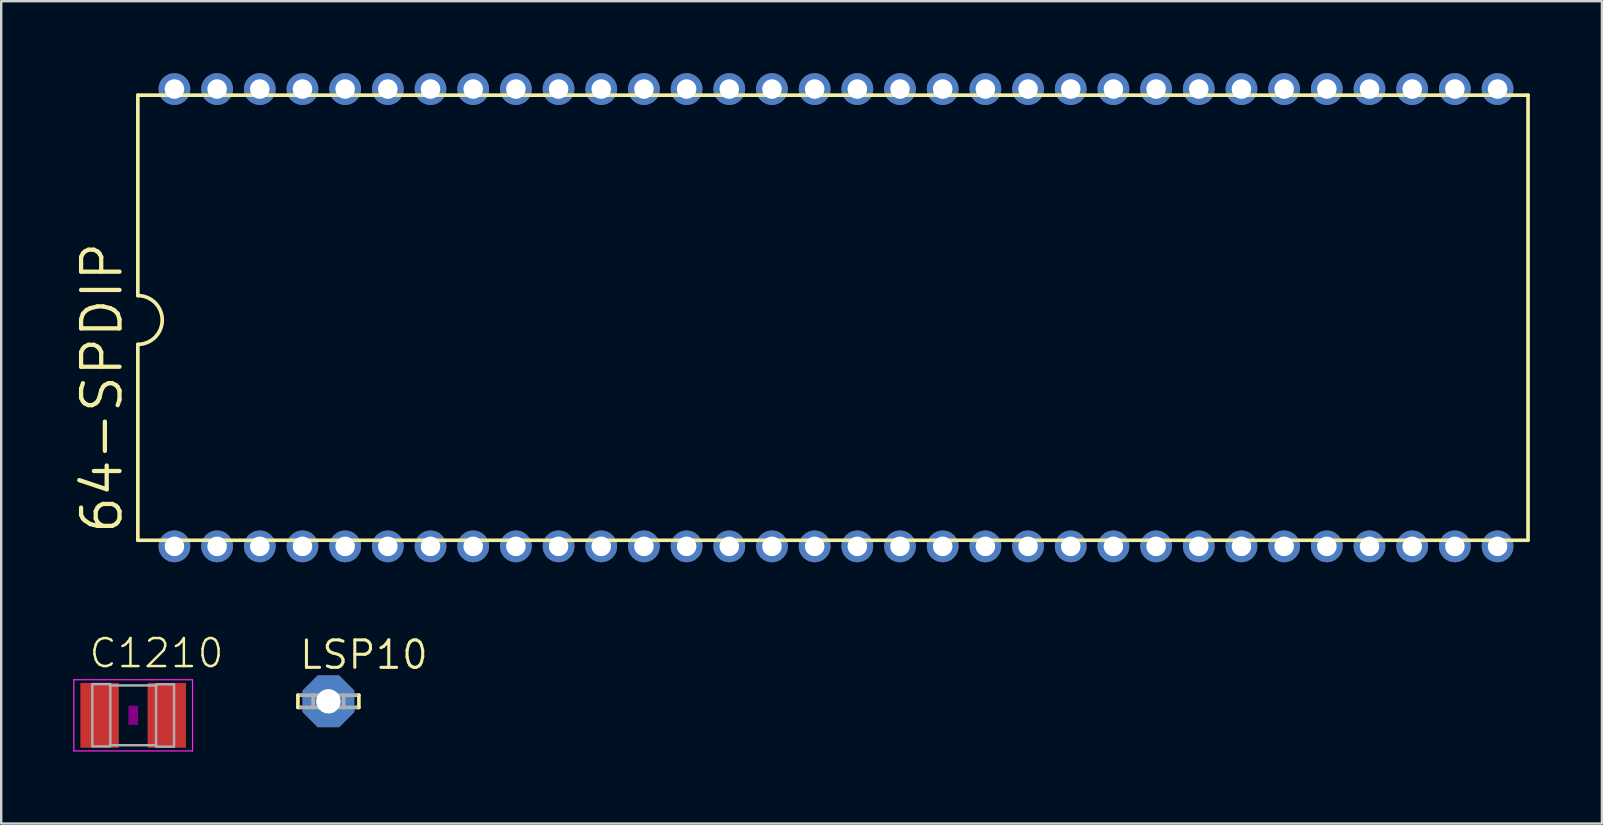
<source format=kicad_pcb>
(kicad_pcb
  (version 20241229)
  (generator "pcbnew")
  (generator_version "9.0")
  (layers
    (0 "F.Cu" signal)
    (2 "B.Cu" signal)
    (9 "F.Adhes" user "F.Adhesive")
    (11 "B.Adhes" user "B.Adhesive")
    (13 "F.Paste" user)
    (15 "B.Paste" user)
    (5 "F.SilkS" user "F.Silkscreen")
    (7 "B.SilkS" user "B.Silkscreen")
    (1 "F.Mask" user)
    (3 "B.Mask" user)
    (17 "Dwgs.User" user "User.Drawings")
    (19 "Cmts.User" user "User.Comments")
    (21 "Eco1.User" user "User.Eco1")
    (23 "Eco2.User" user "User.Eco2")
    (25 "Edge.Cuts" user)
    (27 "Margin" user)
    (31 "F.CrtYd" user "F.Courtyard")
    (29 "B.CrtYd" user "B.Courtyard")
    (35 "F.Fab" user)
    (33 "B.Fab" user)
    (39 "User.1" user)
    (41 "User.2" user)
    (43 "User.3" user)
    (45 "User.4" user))
  (footprint "LSP10"
    (layer "F.Cu")
    (at 10.63 26.165)
    (property "Reference" "LSP10" (at -1.27 -1.27 0) (unlocked yes) (layer "F.SilkS") (effects (font (size 1.143 1.143) (thickness 0.127)) (justify left bottom)))
    (fp_line (start -1.27 -0.254) (end -1.27 0.254) (stroke (width 0.152) (type solid)) (layer "F.SilkS"))
    (fp_line (start -1.27 -0.254) (end -1.143 -0.254) (stroke (width 0.152) (type solid)) (layer "F.SilkS"))
    (fp_line (start -1.27 0.254) (end -1.143 0.254) (stroke (width 0.152) (type solid)) (layer "F.SilkS"))
    (fp_line (start 1.27 -0.254) (end 1.143 -0.254) (stroke (width 0.152) (type solid)) (layer "F.SilkS"))
    (fp_line (start 1.27 -0.254) (end 1.27 0.254) (stroke (width 0.152) (type solid)) (layer "F.SilkS"))
    (fp_line (start 1.27 0.254) (end 1.143 0.254) (stroke (width 0.152) (type solid)) (layer "F.SilkS"))
    (fp_line (start -1.143 0.254) (end -0.635 0.254) (stroke (width 0.152) (type solid)) (layer "F.Fab"))
    (fp_line (start -0.635 -0.254) (end -1.143 -0.254) (stroke (width 0.152) (type solid)) (layer "F.Fab"))
    (fp_line (start -0.635 -0.254) (end -0.635 0.254) (stroke (width 0.152) (type solid)) (layer "F.Fab"))
    (fp_line (start -0.635 0.254) (end 0.635 0.254) (stroke (width 0.152) (type solid)) (layer "F.Fab"))
    (fp_line (start 0.635 -0.254) (end -0.635 -0.254) (stroke (width 0.152) (type solid)) (layer "F.Fab"))
    (fp_line (start 0.635 -0.254) (end 0.635 0.254) (stroke (width 0.152) (type solid)) (layer "F.Fab"))
    (fp_line (start 0.635 0.254) (end 1.143 0.254) (stroke (width 0.152) (type solid)) (layer "F.Fab"))
    (fp_line (start 1.143 -0.254) (end 0.635 -0.254) (stroke (width 0.152) (type solid)) (layer "F.Fab"))
    (pad "MP" thru_hole roundrect (at 0 0) (size 2.159 2.159) (drill 1.016) (layers "*.Cu" "*.Mask") (roundrect_rratio 0.25) (chamfer_ratio 0.293) (chamfer top_left top_right bottom_left bottom_right)))
  (footprint "C1210"
    (layer "F.Cu")
    (at 2.498 26.749)
    (property "Reference" "C1210" (at -1.905 -1.905 0) (unlocked yes) (layer "F.SilkS") (effects (font (size 1.168 1.168) (thickness 0.102)) (justify left bottom)))
    (fp_poly (pts (xy -0.2 0.4) (xy 0.2 0.4) (xy 0.2 -0.4) (xy -0.2 -0.4)) (stroke (width 0) (type default)) (fill yes) (layer "F.Adhes"))
    (fp_line (start -2.473 -1.483) (end 2.473 -1.483) (stroke (width 0.051) (type solid)) (layer "F.CrtYd"))
    (fp_line (start -2.473 1.483) (end -2.473 -1.483) (stroke (width 0.051) (type solid)) (layer "F.CrtYd"))
    (fp_line (start 2.473 -1.483) (end 2.473 1.483) (stroke (width 0.051) (type solid)) (layer "F.CrtYd"))
    (fp_line (start 2.473 1.483) (end -2.473 1.483) (stroke (width 0.051) (type solid)) (layer "F.CrtYd"))
    (fp_line (start -0.965 -1.245) (end 0.965 -1.245) (stroke (width 0.102) (type solid)) (layer "F.Fab"))
    (fp_line (start -0.965 1.245) (end 0.965 1.245) (stroke (width 0.102) (type solid)) (layer "F.Fab"))
    (fp_poly (pts (xy -1.702 1.295) (xy -0.952 1.295) (xy -0.952 -1.304) (xy -1.702 -1.304)) (stroke (width 0.1) (type default)) (fill no) (layer "F.Fab"))
    (fp_poly (pts (xy 0.952 1.304) (xy 1.702 1.304) (xy 1.702 -1.295) (xy 0.952 -1.295)) (stroke (width 0.1) (type default)) (fill no) (layer "F.Fab"))
    (pad "1" smd rect (at -1.4 0) (size 1.6 2.7) (layers "F.Cu" "F.Mask" "F.Paste"))
    (pad "2" smd rect (at 1.4 0) (size 1.6 2.7) (layers "F.Cu" "F.Mask" "F.Paste")))
  (footprint "64-SPDIP"
    (layer "F.Cu")
    (at 33.172 9.042)
    (property "Reference" "64-SPDIP" (at -31.039 10.236 90) (unlocked yes) (layer "F.SilkS") (effects (font (size 1.6 1.6) (thickness 0.178)) (justify left bottom)))
    (fp_line (start -30.48 -8.128) (end -30.48 0.222) (stroke (width 0.152) (type solid)) (layer "F.SilkS"))
    (fp_line (start -30.48 10.414) (end -30.48 2.254) (stroke (width 0.152) (type solid)) (layer "F.SilkS"))
    (fp_line (start -30.48 10.414) (end 27.432 10.414) (stroke (width 0.152) (type solid)) (layer "F.SilkS"))
    (fp_line (start 27.432 -8.128) (end -30.48 -8.128) (stroke (width 0.152) (type solid)) (layer "F.SilkS"))
    (fp_line (start 27.432 -8.128) (end 27.432 10.414) (stroke (width 0.152) (type solid)) (layer "F.SilkS"))
    (fp_arc (start -30.48 0.222) (mid -29.464 1.238) (end -30.48 2.254) (stroke (width 0.1524) (type solid)) (layer "F.SilkS"))
    (pad "1" thru_hole circle (at -28.956 10.668 90) (size 1.321 1.321) (drill 0.813) (layers "*.Cu" "*.Mask"))
    (pad "2" thru_hole circle (at -27.178 10.668 90) (size 1.321 1.321) (drill 0.813) (layers "*.Cu" "*.Mask"))
    (pad "3" thru_hole circle (at -25.4 10.668 90) (size 1.321 1.321) (drill 0.813) (layers "*.Cu" "*.Mask"))
    (pad "4" thru_hole circle (at -23.622 10.668 90) (size 1.321 1.321) (drill 0.813) (layers "*.Cu" "*.Mask"))
    (pad "5" thru_hole circle (at -21.844 10.668 90) (size 1.321 1.321) (drill 0.813) (layers "*.Cu" "*.Mask"))
    (pad "6" thru_hole circle (at -20.066 10.668 90) (size 1.321 1.321) (drill 0.813) (layers "*.Cu" "*.Mask"))
    (pad "7" thru_hole circle (at -18.288 10.668 90) (size 1.321 1.321) (drill 0.813) (layers "*.Cu" "*.Mask"))
    (pad "8" thru_hole circle (at -16.51 10.668 90) (size 1.321 1.321) (drill 0.813) (layers "*.Cu" "*.Mask"))
    (pad "9" thru_hole circle (at -14.732 10.668 90) (size 1.321 1.321) (drill 0.813) (layers "*.Cu" "*.Mask"))
    (pad "10" thru_hole circle (at -12.954 10.668 90) (size 1.321 1.321) (drill 0.813) (layers "*.Cu" "*.Mask"))
    (pad "11" thru_hole circle (at -11.176 10.668 90) (size 1.321 1.321) (drill 0.813) (layers "*.Cu" "*.Mask"))
    (pad "12" thru_hole circle (at -9.398 10.668 90) (size 1.321 1.321) (drill 0.813) (layers "*.Cu" "*.Mask"))
    (pad "13" thru_hole circle (at -7.62 10.668 90) (size 1.321 1.321) (drill 0.813) (layers "*.Cu" "*.Mask"))
    (pad "14" thru_hole circle (at -5.842 10.668 90) (size 1.321 1.321) (drill 0.813) (layers "*.Cu" "*.Mask"))
    (pad "15" thru_hole circle (at -4.064 10.668 90) (size 1.321 1.321) (drill 0.813) (layers "*.Cu" "*.Mask"))
    (pad "16" thru_hole circle (at -2.286 10.668 90) (size 1.321 1.321) (drill 0.813) (layers "*.Cu" "*.Mask"))
    (pad "17" thru_hole circle (at -0.508 10.668 90) (size 1.321 1.321) (drill 0.813) (layers "*.Cu" "*.Mask"))
    (pad "18" thru_hole circle (at 1.27 10.668 90) (size 1.321 1.321) (drill 0.813) (layers "*.Cu" "*.Mask"))
    (pad "19" thru_hole circle (at 3.048 10.668 90) (size 1.321 1.321) (drill 0.813) (layers "*.Cu" "*.Mask"))
    (pad "20" thru_hole circle (at 4.826 10.668 90) (size 1.321 1.321) (drill 0.813) (layers "*.Cu" "*.Mask"))
    (pad "21" thru_hole circle (at 6.604 10.668 90) (size 1.321 1.321) (drill 0.813) (layers "*.Cu" "*.Mask"))
    (pad "22" thru_hole circle (at 8.382 10.668 90) (size 1.321 1.321) (drill 0.813) (layers "*.Cu" "*.Mask"))
    (pad "23" thru_hole circle (at 10.16 10.668 90) (size 1.321 1.321) (drill 0.813) (layers "*.Cu" "*.Mask"))
    (pad "24" thru_hole circle (at 11.938 10.668 90) (size 1.321 1.321) (drill 0.813) (layers "*.Cu" "*.Mask"))
    (pad "25" thru_hole circle (at 13.716 10.668 90) (size 1.321 1.321) (drill 0.813) (layers "*.Cu" "*.Mask"))
    (pad "26" thru_hole circle (at 15.494 10.668 90) (size 1.321 1.321) (drill 0.813) (layers "*.Cu" "*.Mask"))
    (pad "27" thru_hole circle (at 17.272 10.668 90) (size 1.321 1.321) (drill 0.813) (layers "*.Cu" "*.Mask"))
    (pad "28" thru_hole circle (at 19.05 10.668 90) (size 1.321 1.321) (drill 0.813) (layers "*.Cu" "*.Mask"))
    (pad "29" thru_hole circle (at 20.828 10.668 90) (size 1.321 1.321) (drill 0.813) (layers "*.Cu" "*.Mask"))
    (pad "30" thru_hole circle (at 22.606 10.668 90) (size 1.321 1.321) (drill 0.813) (layers "*.Cu" "*.Mask"))
    (pad "31" thru_hole circle (at 24.384 10.668 90) (size 1.321 1.321) (drill 0.813) (layers "*.Cu" "*.Mask"))
    (pad "32" thru_hole circle (at 26.162 10.668 90) (size 1.321 1.321) (drill 0.813) (layers "*.Cu" "*.Mask"))
    (pad "33" thru_hole circle (at 26.162 -8.382 90) (size 1.321 1.321) (drill 0.813) (layers "*.Cu" "*.Mask"))
    (pad "34" thru_hole circle (at 24.384 -8.382 90) (size 1.321 1.321) (drill 0.813) (layers "*.Cu" "*.Mask"))
    (pad "35" thru_hole circle (at 22.606 -8.382 90) (size 1.321 1.321) (drill 0.813) (layers "*.Cu" "*.Mask"))
    (pad "36" thru_hole circle (at 20.828 -8.382 90) (size 1.321 1.321) (drill 0.813) (layers "*.Cu" "*.Mask"))
    (pad "37" thru_hole circle (at 19.05 -8.382 90) (size 1.321 1.321) (drill 0.813) (layers "*.Cu" "*.Mask"))
    (pad "38" thru_hole circle (at 17.272 -8.382 90) (size 1.321 1.321) (drill 0.813) (layers "*.Cu" "*.Mask"))
    (pad "39" thru_hole circle (at 15.494 -8.382 90) (size 1.321 1.321) (drill 0.813) (layers "*.Cu" "*.Mask"))
    (pad "40" thru_hole circle (at 13.716 -8.382 90) (size 1.321 1.321) (drill 0.813) (layers "*.Cu" "*.Mask"))
    (pad "41" thru_hole circle (at 11.938 -8.382 90) (size 1.321 1.321) (drill 0.813) (layers "*.Cu" "*.Mask"))
    (pad "42" thru_hole circle (at 10.16 -8.382 90) (size 1.321 1.321) (drill 0.813) (layers "*.Cu" "*.Mask"))
    (pad "43" thru_hole circle (at 8.382 -8.382 90) (size 1.321 1.321) (drill 0.813) (layers "*.Cu" "*.Mask"))
    (pad "44" thru_hole circle (at 6.604 -8.382 90) (size 1.321 1.321) (drill 0.813) (layers "*.Cu" "*.Mask"))
    (pad "45" thru_hole circle (at 4.826 -8.382 90) (size 1.321 1.321) (drill 0.813) (layers "*.Cu" "*.Mask"))
    (pad "46" thru_hole circle (at 3.048 -8.382 90) (size 1.321 1.321) (drill 0.813) (layers "*.Cu" "*.Mask"))
    (pad "47" thru_hole circle (at 1.27 -8.382 90) (size 1.321 1.321) (drill 0.813) (layers "*.Cu" "*.Mask"))
    (pad "48" thru_hole circle (at -0.508 -8.382 90) (size 1.321 1.321) (drill 0.813) (layers "*.Cu" "*.Mask"))
    (pad "49" thru_hole circle (at -2.286 -8.382 90) (size 1.321 1.321) (drill 0.813) (layers "*.Cu" "*.Mask"))
    (pad "50" thru_hole circle (at -4.064 -8.382 90) (size 1.321 1.321) (drill 0.813) (layers "*.Cu" "*.Mask"))
    (pad "51" thru_hole circle (at -5.842 -8.382 90) (size 1.321 1.321) (drill 0.813) (layers "*.Cu" "*.Mask"))
    (pad "52" thru_hole circle (at -7.62 -8.382 90) (size 1.321 1.321) (drill 0.813) (layers "*.Cu" "*.Mask"))
    (pad "53" thru_hole circle (at -9.398 -8.382 90) (size 1.321 1.321) (drill 0.813) (layers "*.Cu" "*.Mask"))
    (pad "54" thru_hole circle (at -11.176 -8.382 90) (size 1.321 1.321) (drill 0.813) (layers "*.Cu" "*.Mask"))
    (pad "55" thru_hole circle (at -12.954 -8.382 90) (size 1.321 1.321) (drill 0.813) (layers "*.Cu" "*.Mask"))
    (pad "56" thru_hole circle (at -14.732 -8.382 90) (size 1.321 1.321) (drill 0.813) (layers "*.Cu" "*.Mask"))
    (pad "57" thru_hole circle (at -16.51 -8.382 90) (size 1.321 1.321) (drill 0.813) (layers "*.Cu" "*.Mask"))
    (pad "58" thru_hole circle (at -18.288 -8.382 90) (size 1.321 1.321) (drill 0.813) (layers "*.Cu" "*.Mask"))
    (pad "59" thru_hole circle (at -20.066 -8.382 90) (size 1.321 1.321) (drill 0.813) (layers "*.Cu" "*.Mask"))
    (pad "60" thru_hole circle (at -21.844 -8.382 90) (size 1.321 1.321) (drill 0.813) (layers "*.Cu" "*.Mask"))
    (pad "61" thru_hole circle (at -23.622 -8.382 90) (size 1.321 1.321) (drill 0.813) (layers "*.Cu" "*.Mask"))
    (pad "62" thru_hole circle (at -25.4 -8.382 90) (size 1.321 1.321) (drill 0.813) (layers "*.Cu" "*.Mask"))
    (pad "63" thru_hole circle (at -27.178 -8.382 90) (size 1.321 1.321) (drill 0.813) (layers "*.Cu" "*.Mask"))
    (pad "64" thru_hole circle (at -28.956 -8.382 90) (size 1.321 1.321) (drill 0.813) (layers "*.Cu" "*.Mask")))
  (gr_rect
    (start -3 -3)
    (end 63.681 31.257)
    (stroke (width 0.1) (type default))
    (fill no)
    (layer "Edge.Cuts")))
</source>
